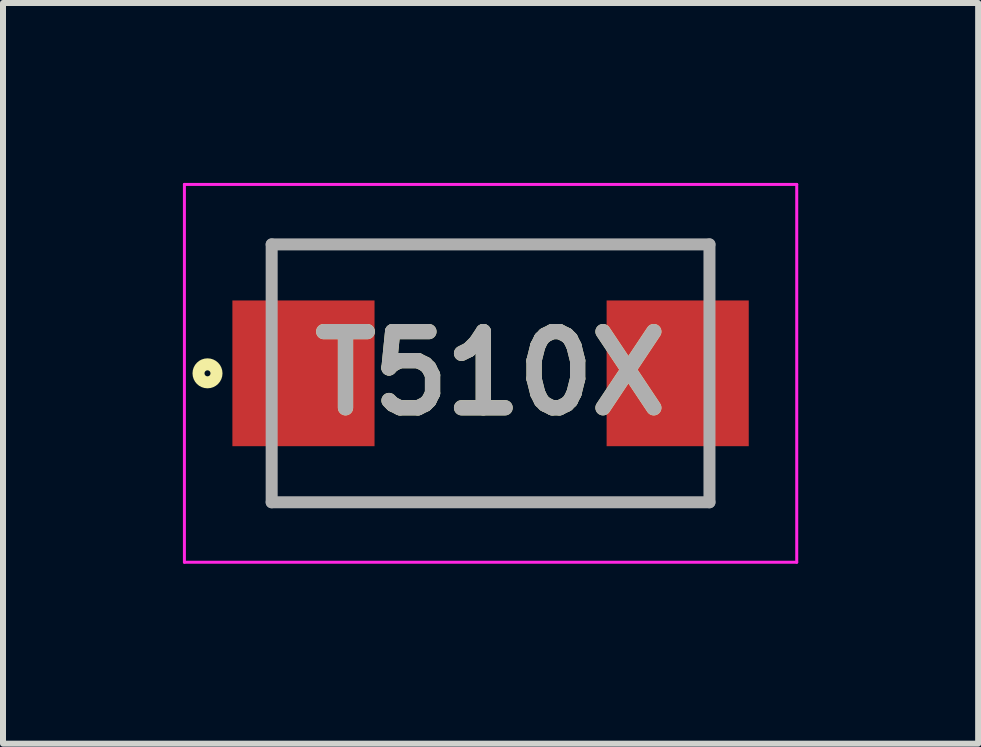
<source format=kicad_pcb>
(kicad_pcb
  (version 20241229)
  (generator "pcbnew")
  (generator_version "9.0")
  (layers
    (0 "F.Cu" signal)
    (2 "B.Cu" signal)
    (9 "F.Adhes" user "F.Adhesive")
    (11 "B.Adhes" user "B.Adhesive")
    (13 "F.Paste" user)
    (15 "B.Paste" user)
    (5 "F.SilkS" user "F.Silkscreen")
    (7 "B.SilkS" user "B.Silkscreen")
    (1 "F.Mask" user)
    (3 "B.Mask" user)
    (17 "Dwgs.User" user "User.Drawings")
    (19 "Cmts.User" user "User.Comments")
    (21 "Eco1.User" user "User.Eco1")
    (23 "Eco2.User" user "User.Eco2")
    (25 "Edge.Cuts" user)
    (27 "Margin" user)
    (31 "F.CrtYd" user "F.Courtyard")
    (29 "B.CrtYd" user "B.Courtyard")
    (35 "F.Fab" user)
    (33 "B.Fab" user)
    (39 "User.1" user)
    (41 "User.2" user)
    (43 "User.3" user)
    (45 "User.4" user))
  (footprint "T510X"
    (layer "F.Cu")
    (at 5.13 3.175)
    (property "Reference" "T510X" (at 0 0 0) (layer "F.SilkS") (effects (font (size 1.27 1.27) (thickness 0.254))))
    (attr smd)
    (fp_line (start -3.65 -2.15) (end 3.65 -2.15) (stroke (width 0.1) (type solid)) (layer "F.SilkS"))
    (fp_line (start 3.65 2.15) (end -3.65 2.15) (stroke (width 0.1) (type solid)) (layer "F.SilkS"))
    (fp_circle (center -4.72 0) (end -4.72 0.05) (stroke (width 0.2) (type solid)) (fill no) (layer "F.SilkS"))
    (fp_line (start -5.105 -3.15) (end 5.105 -3.15) (stroke (width 0.05) (type solid)) (layer "F.CrtYd"))
    (fp_line (start -5.105 3.15) (end -5.105 -3.15) (stroke (width 0.05) (type solid)) (layer "F.CrtYd"))
    (fp_line (start 5.105 -3.15) (end 5.105 3.15) (stroke (width 0.05) (type solid)) (layer "F.CrtYd"))
    (fp_line (start 5.105 3.15) (end -5.105 3.15) (stroke (width 0.05) (type solid)) (layer "F.CrtYd"))
    (fp_line (start -3.65 -2.15) (end 3.65 -2.15) (stroke (width 0.2) (type solid)) (layer "F.Fab"))
    (fp_line (start -3.65 2.15) (end -3.65 -2.15) (stroke (width 0.2) (type solid)) (layer "F.Fab"))
    (fp_line (start 3.65 -2.15) (end 3.65 2.15) (stroke (width 0.2) (type solid)) (layer "F.Fab"))
    (fp_line (start 3.65 2.15) (end -3.65 2.15) (stroke (width 0.2) (type solid)) (layer "F.Fab"))
    (fp_text user "${REFERENCE}" (at 0 0 0) (layer "F.Fab") (effects (font (size 1.27 1.27) (thickness 0.254))))
    (pad "1" smd rect (at -3.12 0) (size 2.37 2.43) (layers "F.Cu" "F.Mask" "F.Paste"))
    (pad "2" smd rect (at 3.12 0) (size 2.37 2.43) (layers "F.Cu" "F.Mask" "F.Paste")))
  (gr_rect
    (start -3 -3)
    (end 13.26 9.35)
    (stroke (width 0.1) (type default))
    (fill no)
    (layer "Edge.Cuts")))
</source>
